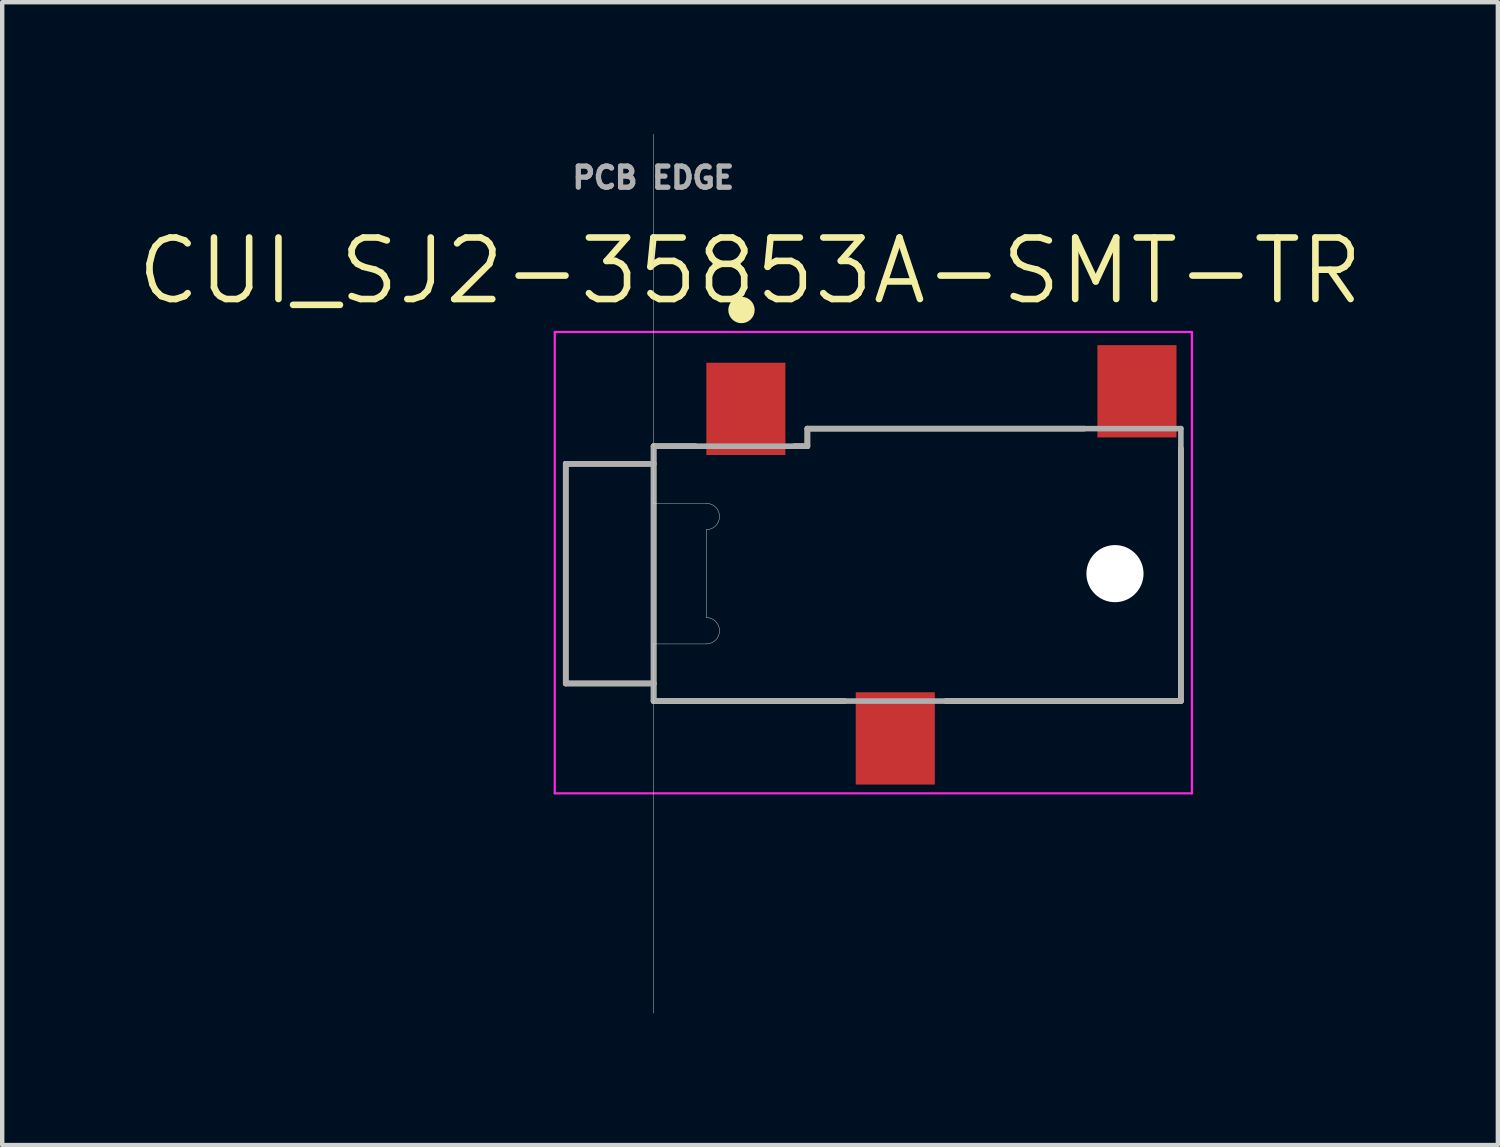
<source format=kicad_pcb>
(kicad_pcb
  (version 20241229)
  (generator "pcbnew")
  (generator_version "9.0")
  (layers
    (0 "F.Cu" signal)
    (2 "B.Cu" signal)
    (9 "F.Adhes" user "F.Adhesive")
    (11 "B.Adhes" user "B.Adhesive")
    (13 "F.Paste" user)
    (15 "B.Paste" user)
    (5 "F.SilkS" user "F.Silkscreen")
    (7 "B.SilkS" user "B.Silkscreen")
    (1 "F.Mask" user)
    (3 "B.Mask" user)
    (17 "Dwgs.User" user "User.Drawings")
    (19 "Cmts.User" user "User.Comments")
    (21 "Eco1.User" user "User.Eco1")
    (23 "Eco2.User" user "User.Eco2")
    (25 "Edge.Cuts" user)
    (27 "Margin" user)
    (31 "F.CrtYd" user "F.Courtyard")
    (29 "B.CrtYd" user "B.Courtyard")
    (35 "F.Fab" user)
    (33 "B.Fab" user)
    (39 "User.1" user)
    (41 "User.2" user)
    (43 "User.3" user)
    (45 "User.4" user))
  (footprint "CUI_SJ2-35853A-SMT-TR"
    (layer "F.Cu")
    (at 17.825 10.005)
    (property "Reference" "CUI_SJ2-35853A-SMT-TR" (at -3.805 -6.89 0) (layer "F.SilkS") (effects (font (size 1.4 1.4) (thickness 0.15))))
    (attr through_hole)
    (fp_line (start -8 -2.5) (end -8 2.5) (stroke (width 0.127) (type solid)) (layer "F.SilkS"))
    (fp_line (start -8 2.5) (end -6 2.5) (stroke (width 0.127) (type solid)) (layer "F.SilkS"))
    (fp_line (start -6 -2.9) (end -5.05 -2.9) (stroke (width 0.127) (type solid)) (layer "F.SilkS"))
    (fp_line (start -6 -2.5) (end -8 -2.5) (stroke (width 0.127) (type solid)) (layer "F.SilkS"))
    (fp_line (start -6 2.5) (end -6 -2.9) (stroke (width 0.127) (type solid)) (layer "F.SilkS"))
    (fp_line (start -6 2.5) (end -6 2.9) (stroke (width 0.127) (type solid)) (layer "F.SilkS"))
    (fp_line (start -6 2.9) (end -1.65 2.9) (stroke (width 0.127) (type solid)) (layer "F.SilkS"))
    (fp_line (start -2.8 -2.9) (end -2.5 -2.9) (stroke (width 0.127) (type solid)) (layer "F.SilkS"))
    (fp_line (start -2.5 -3.3) (end 3.8 -3.3) (stroke (width 0.127) (type solid)) (layer "F.SilkS"))
    (fp_line (start -2.5 -2.9) (end -2.5 -3.3) (stroke (width 0.127) (type solid)) (layer "F.SilkS"))
    (fp_line (start 0.65 2.9) (end 6 2.9) (stroke (width 0.127) (type solid)) (layer "F.SilkS"))
    (fp_line (start 6 2.9) (end 6 -2.85) (stroke (width 0.127) (type solid)) (layer "F.SilkS"))
    (fp_circle (center -4 -6) (end -3.85 -6) (stroke (width 0.3) (type solid)) (fill no) (layer "F.SilkS"))
    (fp_line (start -6 -10) (end -6 -1.6) (stroke (width 0.01) (type solid)) (layer "Edge.Cuts"))
    (fp_line (start -6 -1.6) (end -4.8 -1.6) (stroke (width 0.01) (type solid)) (layer "Edge.Cuts"))
    (fp_line (start -6 1.6) (end -6 10) (stroke (width 0.01) (type solid)) (layer "Edge.Cuts"))
    (fp_line (start -4.8 -1) (end -4.8 1) (stroke (width 0.01) (type solid)) (layer "Edge.Cuts"))
    (fp_line (start -4.8 1.6) (end -6 1.6) (stroke (width 0.01) (type solid)) (layer "Edge.Cuts"))
    (fp_arc (start -4.8 -1.6) (mid -4.5 -1.3) (end -4.8 -1) (stroke (width 0.01) (type solid)) (layer "Edge.Cuts"))
    (fp_arc (start -4.8 1) (mid -4.5 1.3) (end -4.8 1.6) (stroke (width 0.01) (type solid)) (layer "Edge.Cuts"))
    (fp_line (start -8.25 -5.5) (end -8.25 5) (stroke (width 0.05) (type solid)) (layer "F.CrtYd"))
    (fp_line (start -8.25 5) (end 6.25 5) (stroke (width 0.05) (type solid)) (layer "F.CrtYd"))
    (fp_line (start 6.25 -5.5) (end -8.25 -5.5) (stroke (width 0.05) (type solid)) (layer "F.CrtYd"))
    (fp_line (start 6.25 5) (end 6.25 -5.5) (stroke (width 0.05) (type solid)) (layer "F.CrtYd"))
    (fp_line (start -8 -2.5) (end -8 2.5) (stroke (width 0.127) (type solid)) (layer "F.Fab"))
    (fp_line (start -8 2.5) (end -6 2.5) (stroke (width 0.127) (type solid)) (layer "F.Fab"))
    (fp_line (start -6 -2.9) (end -2.5 -2.9) (stroke (width 0.127) (type solid)) (layer "F.Fab"))
    (fp_line (start -6 -2.5) (end -8 -2.5) (stroke (width 0.127) (type solid)) (layer "F.Fab"))
    (fp_line (start -6 -2.5) (end -6 -2.9) (stroke (width 0.127) (type solid)) (layer "F.Fab"))
    (fp_line (start -6 2.5) (end -6 -2.5) (stroke (width 0.127) (type solid)) (layer "F.Fab"))
    (fp_line (start -6 2.9) (end -6 2.5) (stroke (width 0.127) (type solid)) (layer "F.Fab"))
    (fp_line (start -2.5 -3.3) (end 6 -3.3) (stroke (width 0.127) (type solid)) (layer "F.Fab"))
    (fp_line (start -2.5 -2.9) (end -2.5 -3.3) (stroke (width 0.127) (type solid)) (layer "F.Fab"))
    (fp_line (start 6 -3.3) (end 6 2.9) (stroke (width 0.127) (type solid)) (layer "F.Fab"))
    (fp_line (start 6 2.9) (end -6 2.9) (stroke (width 0.127) (type solid)) (layer "F.Fab"))
    (fp_text user "PCB EDGE" (at -6.007 -9.011 0) (layer "F.Fab") (effects (font (size 0.481 0.481) (thickness 0.15))))
    (pad "" np_thru_hole circle (at 4.5 0) (size 1.3 1.3) (drill 1.3) (layers "*.Cu" "*.Mask"))
    (pad "1" smd rect (at -3.9 -3.75) (size 1.8 2.1) (layers "F.Cu" "F.Mask" "F.Paste"))
    (pad "2" smd rect (at 5 -4.15) (size 1.8 2.1) (layers "F.Cu" "F.Mask" "F.Paste"))
    (pad "3" smd rect (at -0.5 3.75) (size 1.8 2.1) (layers "F.Cu" "F.Mask" "F.Paste")))
  (gr_rect
    (start -3 -3)
    (end 31.039 23.01)
    (stroke (width 0.1) (type default))
    (fill no)
    (layer "Edge.Cuts")))
</source>
